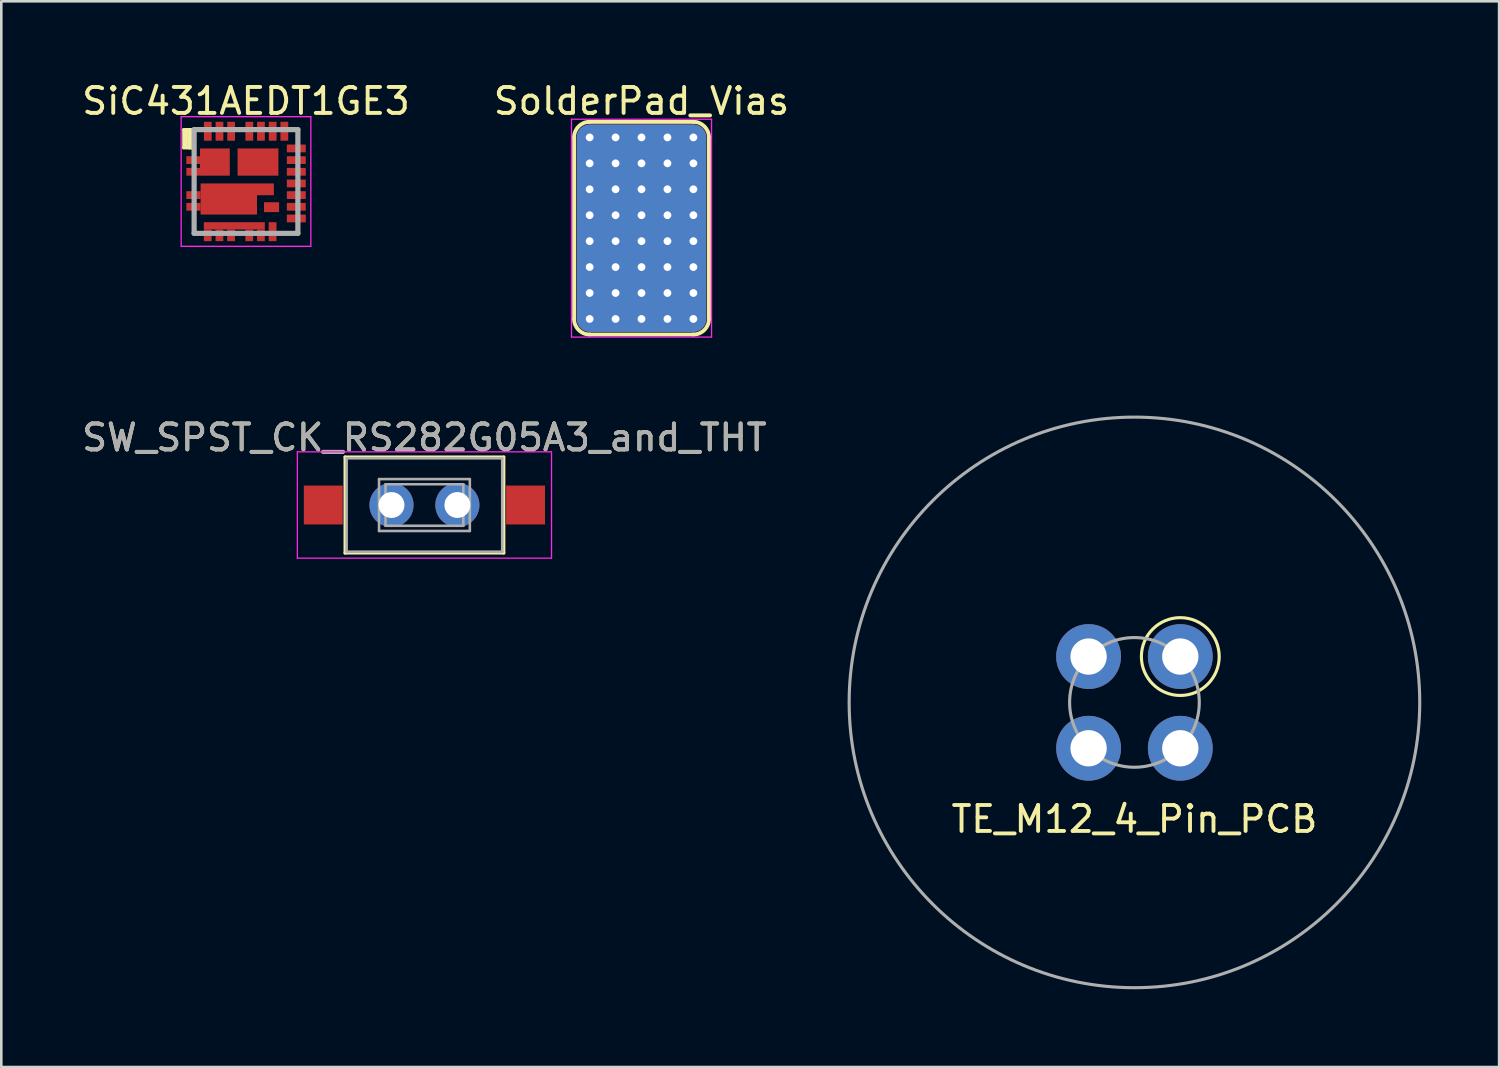
<source format=kicad_pcb>
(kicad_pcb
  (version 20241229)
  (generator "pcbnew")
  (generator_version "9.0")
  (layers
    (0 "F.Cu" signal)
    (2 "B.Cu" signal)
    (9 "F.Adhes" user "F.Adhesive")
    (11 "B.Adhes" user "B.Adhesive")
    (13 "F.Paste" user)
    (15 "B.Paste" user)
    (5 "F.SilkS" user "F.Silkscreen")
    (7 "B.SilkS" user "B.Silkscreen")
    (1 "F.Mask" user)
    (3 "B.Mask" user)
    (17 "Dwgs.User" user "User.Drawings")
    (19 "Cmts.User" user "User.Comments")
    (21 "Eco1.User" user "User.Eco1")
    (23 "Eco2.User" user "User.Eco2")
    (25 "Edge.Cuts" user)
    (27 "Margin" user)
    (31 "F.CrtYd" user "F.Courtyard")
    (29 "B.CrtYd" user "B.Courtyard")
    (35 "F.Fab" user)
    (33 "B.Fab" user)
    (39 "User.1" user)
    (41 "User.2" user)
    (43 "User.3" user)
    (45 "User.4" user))
  (footprint "SiC431AEDT1GE3"
    (layer "F.Cu")
    (at 6.435 3.948)
    (property "Reference" "SiC431AEDT1GE3" (at 0 -3.1 0) (layer "F.SilkS") (effects (font (size 1 1) (thickness 0.15))))
    (attr smd)
    (fp_line (start -2.4 -2) (end -2.4 -1.3) (stroke (width 0.12) (type solid)) (layer "F.SilkS"))
    (fp_line (start -2.4 -1.3) (end -2 -1.3) (stroke (width 0.12) (type solid)) (layer "F.SilkS"))
    (fp_line (start -2.3 -2) (end -2.3 -1.3) (stroke (width 0.12) (type solid)) (layer "F.SilkS"))
    (fp_line (start -2.2 -2) (end -2.3 -2) (stroke (width 0.12) (type solid)) (layer "F.SilkS"))
    (fp_line (start -2.2 -1.3) (end -2.2 -2) (stroke (width 0.12) (type solid)) (layer "F.SilkS"))
    (fp_line (start -2.1 -2) (end -2.1 -1.3) (stroke (width 0.12) (type solid)) (layer "F.SilkS"))
    (fp_line (start -2.1 -1.3) (end -2.2 -1.3) (stroke (width 0.12) (type solid)) (layer "F.SilkS"))
    (fp_line (start -2 -2) (end -2.4 -2) (stroke (width 0.12) (type solid)) (layer "F.SilkS"))
    (fp_line (start -2 -2) (end -2 -1.35) (stroke (width 0.1) (type solid)) (layer "F.SilkS"))
    (fp_line (start -2 -1.3) (end -2 -2) (stroke (width 0.12) (type solid)) (layer "F.SilkS"))
    (fp_line (start -2 1.35) (end -2 2) (stroke (width 0.1) (type solid)) (layer "F.SilkS"))
    (fp_line (start -1.8 -2) (end -2 -2) (stroke (width 0.1) (type solid)) (layer "F.SilkS"))
    (fp_line (start -1.8 2) (end -2 2) (stroke (width 0.1) (type solid)) (layer "F.SilkS"))
    (fp_line (start 1.5 2) (end 2 2) (stroke (width 0.1) (type solid)) (layer "F.SilkS"))
    (fp_line (start 1.8 -2) (end 2 -2) (stroke (width 0.1) (type solid)) (layer "F.SilkS"))
    (fp_line (start 2 -2) (end 2 -1.65) (stroke (width 0.1) (type solid)) (layer "F.SilkS"))
    (fp_line (start 2 2) (end 2 1.8) (stroke (width 0.1) (type solid)) (layer "F.SilkS"))
    (fp_line (start -2.5 -2.5) (end 2.5 -2.5) (stroke (width 0.05) (type solid)) (layer "F.CrtYd"))
    (fp_line (start -2.5 2.5) (end -2.5 -2.5) (stroke (width 0.05) (type solid)) (layer "F.CrtYd"))
    (fp_line (start 2.5 -2.5) (end 2.5 2.5) (stroke (width 0.05) (type solid)) (layer "F.CrtYd"))
    (fp_line (start 2.5 2.5) (end -2.5 2.5) (stroke (width 0.05) (type solid)) (layer "F.CrtYd"))
    (fp_line (start -2 -2) (end 2 -2) (stroke (width 0.2) (type solid)) (layer "F.Fab"))
    (fp_line (start -2 2) (end -2 -2) (stroke (width 0.2) (type solid)) (layer "F.Fab"))
    (fp_line (start 2 -2) (end 2 2) (stroke (width 0.2) (type solid)) (layer "F.Fab"))
    (fp_line (start 2 2) (end -2 2) (stroke (width 0.2) (type solid)) (layer "F.Fab"))
    (pad "1" smd rect (at -2.025 -0.825 90) (size 0.3 0.55) (layers "F.Cu" "F.Mask" "F.Paste"))
    (pad "2" smd rect (at -2.025 -0.375 90) (size 0.3 0.55) (layers "F.Cu" "F.Mask" "F.Paste"))
    (pad "3" smd rect (at -2.025 0.525 90) (size 0.3 0.55) (layers "F.Cu" "F.Mask" "F.Paste"))
    (pad "4" smd rect (at -2.025 0.975 90) (size 0.3 0.55) (layers "F.Cu" "F.Mask" "F.Paste"))
    (pad "5" smd rect (at -1.475 2.075) (size 0.3 0.45) (layers "F.Cu" "F.Mask" "F.Paste"))
    (pad "5" smd rect (at -0.45 1.71) (size 2.35 0.28) (layers "F.Cu" "F.Mask" "F.Paste"))
    (pad "6" smd rect (at -1.025 2.075) (size 0.3 0.45) (layers "F.Cu" "F.Mask" "F.Paste"))
    (pad "7" smd rect (at -0.575 2.075) (size 0.3 0.45) (layers "F.Cu" "F.Mask" "F.Paste"))
    (pad "8" smd rect (at 0.125 2.075) (size 0.3 0.45) (layers "F.Cu" "F.Mask" "F.Paste"))
    (pad "9" smd rect (at 0.575 2.075) (size 0.3 0.45) (layers "F.Cu" "F.Mask" "F.Paste"))
    (pad "10" smd rect (at 1.025 1.935) (size 0.3 0.73) (layers "F.Cu" "F.Mask" "F.Paste"))
    (pad "11" smd rect (at 1.94 1.425 90) (size 0.3 0.73) (layers "F.Cu" "F.Mask" "F.Paste"))
    (pad "12" smd rect (at 1.94 0.975 90) (size 0.3 0.73) (layers "F.Cu" "F.Mask" "F.Paste"))
    (pad "13" smd rect (at 1.94 0.525 90) (size 0.3 0.73) (layers "F.Cu" "F.Mask" "F.Paste"))
    (pad "14" smd rect (at 1.94 0.075 90) (size 0.3 0.73) (layers "F.Cu" "F.Mask" "F.Paste"))
    (pad "15" smd rect (at 1.94 -0.375 90) (size 0.3 0.73) (layers "F.Cu" "F.Mask" "F.Paste"))
    (pad "16" smd rect (at 1.94 -0.825 90) (size 0.3 0.73) (layers "F.Cu" "F.Mask" "F.Paste"))
    (pad "17" smd rect (at 1.94 -1.275 90) (size 0.3 0.73) (layers "F.Cu" "F.Mask" "F.Paste"))
    (pad "18" smd rect (at 1.478 -1.937) (size 0.3 0.73) (layers "F.Cu" "F.Mask" "F.Paste"))
    (pad "19" smd rect (at 1.028 -1.937) (size 0.3 0.73) (layers "F.Cu" "F.Mask" "F.Paste"))
    (pad "20" smd rect (at 0.577 -1.937) (size 0.3 0.73) (layers "F.Cu" "F.Mask" "F.Paste"))
    (pad "21" smd rect (at 0.128 -1.937) (size 0.3 0.73) (layers "F.Cu" "F.Mask" "F.Paste"))
    (pad "22" smd rect (at -0.573 -1.937) (size 0.3 0.73) (layers "F.Cu" "F.Mask" "F.Paste"))
    (pad "23" smd rect (at -1.023 -1.937) (size 0.3 0.73) (layers "F.Cu" "F.Mask" "F.Paste"))
    (pad "24" smd rect (at -1.473 -1.937) (size 0.3 0.73) (layers "F.Cu" "F.Mask" "F.Paste"))
    (pad "25" smd rect (at 0.462 -0.75 90) (size 1.05 1.575) (layers "F.Cu" "F.Mask" "F.Paste"))
    (pad "26" smd rect (at -1.2 -0.75 90) (size 1.05 1.15) (layers "F.Cu" "F.Mask" "F.Paste"))
    (pad "27" smd rect (at -0.663 0.675 90) (size 1.2 2.175) (layers "F.Cu" "F.Mask" "F.Paste"))
    (pad "27" smd rect (at 0.75 0.302 90) (size 0.455 0.65) (layers "F.Cu" "F.Mask" "F.Paste"))
    (pad "28" smd rect (at 0.985 0.99 90) (size 0.38 0.58) (layers "F.Cu" "F.Mask" "F.Paste")))
  (footprint "SolderPad_Vias"
    (layer "F.Cu")
    (at 21.685 5.748)
    (property "Reference" "SolderPad_Vias" (at 0 -4.9 0) (layer "F.SilkS") (effects (font (size 1 1) (thickness 0.15))))
    (attr through_hole)
    (fp_line (start -2.6 3.5) (end -2.6 -3.5) (stroke (width 0.15) (type solid)) (layer "F.SilkS"))
    (fp_line (start -2 -4.1) (end 2 -4.1) (stroke (width 0.15) (type solid)) (layer "F.SilkS"))
    (fp_line (start 2 4.1) (end -2 4.1) (stroke (width 0.15) (type solid)) (layer "F.SilkS"))
    (fp_line (start 2.6 -3.5) (end 2.6 3.5) (stroke (width 0.15) (type solid)) (layer "F.SilkS"))
    (fp_arc (start -2.6 -3.5) (mid -2.424264 -3.924264) (end -2 -4.1) (stroke (width 0.15) (type solid)) (layer "F.SilkS"))
    (fp_arc (start -2 4.1) (mid -2.424264 3.924264) (end -2.6 3.5) (stroke (width 0.15) (type solid)) (layer "F.SilkS"))
    (fp_arc (start 2 -4.1) (mid 2.424264 -3.924264) (end 2.6 -3.5) (stroke (width 0.15) (type solid)) (layer "F.SilkS"))
    (fp_arc (start 2.6 3.5) (mid 2.424264 3.924264) (end 2 4.1) (stroke (width 0.15) (type solid)) (layer "F.SilkS"))
    (fp_line (start -2.7 -4.2) (end -2.7 4.2) (stroke (width 0.05) (type solid)) (layer "F.CrtYd"))
    (fp_line (start -2.7 -4.2) (end 2.7 -4.2) (stroke (width 0.05) (type solid)) (layer "F.CrtYd"))
    (fp_line (start -2.7 4.2) (end 2.7 4.2) (stroke (width 0.05) (type solid)) (layer "F.CrtYd"))
    (fp_line (start 2.7 -4.2) (end 2.7 4.2) (stroke (width 0.05) (type solid)) (layer "F.CrtYd"))
    (pad "1" thru_hole circle (at -2 -3.5) (size 0.5 0.5) (drill 0.3) (layers "*.Cu"))
    (pad "1" thru_hole circle (at -2 -2.5) (size 0.5 0.5) (drill 0.3) (layers "*.Cu"))
    (pad "1" thru_hole circle (at -2 -1.5) (size 0.5 0.5) (drill 0.3) (layers "*.Cu"))
    (pad "1" thru_hole circle (at -2 -0.5) (size 0.5 0.5) (drill 0.3) (layers "*.Cu"))
    (pad "1" thru_hole circle (at -2 0.5) (size 0.5 0.5) (drill 0.3) (layers "*.Cu"))
    (pad "1" thru_hole circle (at -2 1.5) (size 0.5 0.5) (drill 0.3) (layers "*.Cu"))
    (pad "1" thru_hole circle (at -2 2.5) (size 0.5 0.5) (drill 0.3) (layers "*.Cu"))
    (pad "1" thru_hole circle (at -2 3.5) (size 0.5 0.5) (drill 0.3) (layers "*.Cu"))
    (pad "1" thru_hole circle (at -1 -3.5) (size 0.5 0.5) (drill 0.3) (layers "*.Cu"))
    (pad "1" thru_hole circle (at -1 -2.5) (size 0.5 0.5) (drill 0.3) (layers "*.Cu"))
    (pad "1" thru_hole circle (at -1 -1.5) (size 0.5 0.5) (drill 0.3) (layers "*.Cu"))
    (pad "1" thru_hole circle (at -1 -0.5) (size 0.5 0.5) (drill 0.3) (layers "*.Cu"))
    (pad "1" thru_hole circle (at -1 0.5) (size 0.5 0.5) (drill 0.3) (layers "*.Cu"))
    (pad "1" thru_hole circle (at -1 1.5) (size 0.5 0.5) (drill 0.3) (layers "*.Cu"))
    (pad "1" thru_hole circle (at -1 2.5) (size 0.5 0.5) (drill 0.3) (layers "*.Cu"))
    (pad "1" thru_hole circle (at -1 3.5) (size 0.5 0.5) (drill 0.3) (layers "*.Cu"))
    (pad "1" thru_hole circle (at 0 -3.5) (size 0.5 0.5) (drill 0.3) (layers "*.Cu"))
    (pad "1" thru_hole circle (at 0 -2.5) (size 0.5 0.5) (drill 0.3) (layers "*.Cu"))
    (pad "1" thru_hole circle (at 0 -1.5) (size 0.5 0.5) (drill 0.3) (layers "*.Cu"))
    (pad "1" thru_hole circle (at 0 -0.5) (size 0.5 0.5) (drill 0.3) (layers "*.Cu"))
    (pad "1" smd roundrect (at 0 0) (size 5 8) (layers "F.Cu" "F.Mask") (roundrect_rratio 0.1))
    (pad "1" smd roundrect (at 0 0) (size 5 8) (layers "B.Cu" "B.Mask") (roundrect_rratio 0.1))
    (pad "1" thru_hole circle (at 0 0.5) (size 0.5 0.5) (drill 0.3) (layers "*.Cu"))
    (pad "1" thru_hole circle (at 0 1.5) (size 0.5 0.5) (drill 0.3) (layers "*.Cu"))
    (pad "1" thru_hole circle (at 0 2.5) (size 0.5 0.5) (drill 0.3) (layers "*.Cu"))
    (pad "1" thru_hole circle (at 0 3.5) (size 0.5 0.5) (drill 0.3) (layers "*.Cu"))
    (pad "1" thru_hole circle (at 1 -3.5) (size 0.5 0.5) (drill 0.3) (layers "*.Cu"))
    (pad "1" thru_hole circle (at 1 -2.5) (size 0.5 0.5) (drill 0.3) (layers "*.Cu"))
    (pad "1" thru_hole circle (at 1 -1.5) (size 0.5 0.5) (drill 0.3) (layers "*.Cu"))
    (pad "1" thru_hole circle (at 1 -0.5) (size 0.5 0.5) (drill 0.3) (layers "*.Cu"))
    (pad "1" thru_hole circle (at 1 0.5) (size 0.5 0.5) (drill 0.3) (layers "*.Cu"))
    (pad "1" thru_hole circle (at 1 1.5) (size 0.5 0.5) (drill 0.3) (layers "*.Cu"))
    (pad "1" thru_hole circle (at 1 2.5) (size 0.5 0.5) (drill 0.3) (layers "*.Cu"))
    (pad "1" thru_hole circle (at 1 3.5) (size 0.5 0.5) (drill 0.3) (layers "*.Cu"))
    (pad "1" thru_hole circle (at 2 -3.5) (size 0.5 0.5) (drill 0.3) (layers "*.Cu"))
    (pad "1" thru_hole circle (at 2 -2.5) (size 0.5 0.5) (drill 0.3) (layers "*.Cu"))
    (pad "1" thru_hole circle (at 2 -1.5) (size 0.5 0.5) (drill 0.3) (layers "*.Cu"))
    (pad "1" thru_hole circle (at 2 -0.5) (size 0.5 0.5) (drill 0.3) (layers "*.Cu"))
    (pad "1" thru_hole circle (at 2 0.5) (size 0.5 0.5) (drill 0.3) (layers "*.Cu"))
    (pad "1" thru_hole circle (at 2 1.5) (size 0.5 0.5) (drill 0.3) (layers "*.Cu"))
    (pad "1" thru_hole circle (at 2 2.5) (size 0.5 0.5) (drill 0.3) (layers "*.Cu"))
    (pad "1" thru_hole circle (at 2 3.5) (size 0.5 0.5) (drill 0.3) (layers "*.Cu")))
  (footprint "SW_SPST_CK_RS282G05A3_and_THT"
    (layer "F.Cu")
    (at 13.315 16.422)
    (property "Reference" "SW_SPST_CK_RS282G05A3_and_THT" (at 0 -2.6 0) (layer "F.SilkS") (effects (font (size 1 1) (thickness 0.15))))
    (attr smd)
    (fp_line (start -3.06 -1.85) (end 3.06 -1.85) (stroke (width 0.12) (type solid)) (layer "F.SilkS"))
    (fp_line (start -3.06 1.85) (end -3.06 -1.85) (stroke (width 0.12) (type solid)) (layer "F.SilkS"))
    (fp_line (start 3.06 -1.85) (end 3.06 1.85) (stroke (width 0.12) (type solid)) (layer "F.SilkS"))
    (fp_line (start 3.06 1.85) (end -3.06 1.85) (stroke (width 0.12) (type solid)) (layer "F.SilkS"))
    (fp_line (start -4.9 -2.05) (end 4.9 -2.05) (stroke (width 0.05) (type solid)) (layer "F.CrtYd"))
    (fp_line (start -4.9 2.05) (end -4.9 -2.05) (stroke (width 0.05) (type solid)) (layer "F.CrtYd"))
    (fp_line (start 4.9 -2.05) (end 4.9 2.05) (stroke (width 0.05) (type solid)) (layer "F.CrtYd"))
    (fp_line (start 4.9 2.05) (end -4.9 2.05) (stroke (width 0.05) (type solid)) (layer "F.CrtYd"))
    (fp_line (start -3 -1.8) (end -3 1.8) (stroke (width 0.1) (type solid)) (layer "F.Fab"))
    (fp_line (start -3 -1.8) (end 3 -1.8) (stroke (width 0.1) (type solid)) (layer "F.Fab"))
    (fp_line (start -3 1.8) (end 3 1.8) (stroke (width 0.1) (type solid)) (layer "F.Fab"))
    (fp_line (start -1.75 -1) (end 1.75 -1) (stroke (width 0.1) (type solid)) (layer "F.Fab"))
    (fp_line (start -1.75 1) (end -1.75 -1) (stroke (width 0.1) (type solid)) (layer "F.Fab"))
    (fp_line (start -1.5 -0.8) (end -1.5 0.8) (stroke (width 0.1) (type solid)) (layer "F.Fab"))
    (fp_line (start -1.5 -0.8) (end 1.5 -0.8) (stroke (width 0.1) (type solid)) (layer "F.Fab"))
    (fp_line (start -1.5 0.8) (end 1.5 0.8) (stroke (width 0.1) (type solid)) (layer "F.Fab"))
    (fp_line (start 1.5 -0.8) (end 1.5 0.8) (stroke (width 0.1) (type solid)) (layer "F.Fab"))
    (fp_line (start 1.75 -1) (end 1.75 1) (stroke (width 0.1) (type solid)) (layer "F.Fab"))
    (fp_line (start 1.75 1) (end -1.75 1) (stroke (width 0.1) (type solid)) (layer "F.Fab"))
    (fp_line (start 3 -1.8) (end 3 1.8) (stroke (width 0.1) (type solid)) (layer "F.Fab"))
    (fp_text user "${REFERENCE}" (at 0 -2.6 0) (layer "F.Fab") (effects (font (size 1 1) (thickness 0.15))))
    (pad "1" smd rect (at -3.9 0) (size 1.5 1.5) (layers "F.Cu" "F.Mask" "F.Paste"))
    (pad "1" thru_hole circle (at -1.27 0) (size 1.7 1.7) (drill 1) (layers "*.Cu" "*.Mask"))
    (pad "2" thru_hole circle (at 1.27 0) (size 1.7 1.7) (drill 1) (layers "*.Cu" "*.Mask"))
    (pad "2" smd rect (at 3.9 0) (size 1.5 1.5) (layers "F.Cu" "F.Mask" "F.Paste")))
  (footprint "TE_M12_4_Pin_PCB"
    (layer "F.Cu")
    (at 40.691 24.033)
    (property "Reference" "TE_M12_4_Pin_PCB" (at 0 4.5 0) (layer "F.SilkS") (effects (font (size 1 1) (thickness 0.15))))
    (attr through_hole)
    (fp_circle (center 1.768 -1.768) (end 3.268 -1.768) (stroke (width 0.12) (type solid)) (fill no) (layer "F.SilkS"))
    (fp_circle (center 0 0) (end 2.5 0) (stroke (width 0.12) (type solid)) (fill no) (layer "F.Fab"))
    (fp_circle (center 0 0) (end 11 0) (stroke (width 0.12) (type solid)) (fill no) (layer "F.Fab"))
    (pad "1" thru_hole circle (at 1.768 -1.768 270) (size 2.5 2.5) (drill 1.4) (layers "*.Cu" "*.Mask"))
    (pad "2" thru_hole circle (at -1.768 -1.768 270) (size 2.5 2.5) (drill 1.4) (layers "*.Cu" "*.Mask"))
    (pad "3" thru_hole circle (at -1.768 1.768 270) (size 2.5 2.5) (drill 1.4) (layers "*.Cu" "*.Mask"))
    (pad "4" thru_hole circle (at 1.768 1.768 270) (size 2.5 2.5) (drill 1.4) (layers "*.Cu" "*.Mask")))
  (gr_rect
    (start -3 -3)
    (end 54.751 38.093)
    (stroke (width 0.1) (type default))
    (fill no)
    (layer "Edge.Cuts")))
</source>
